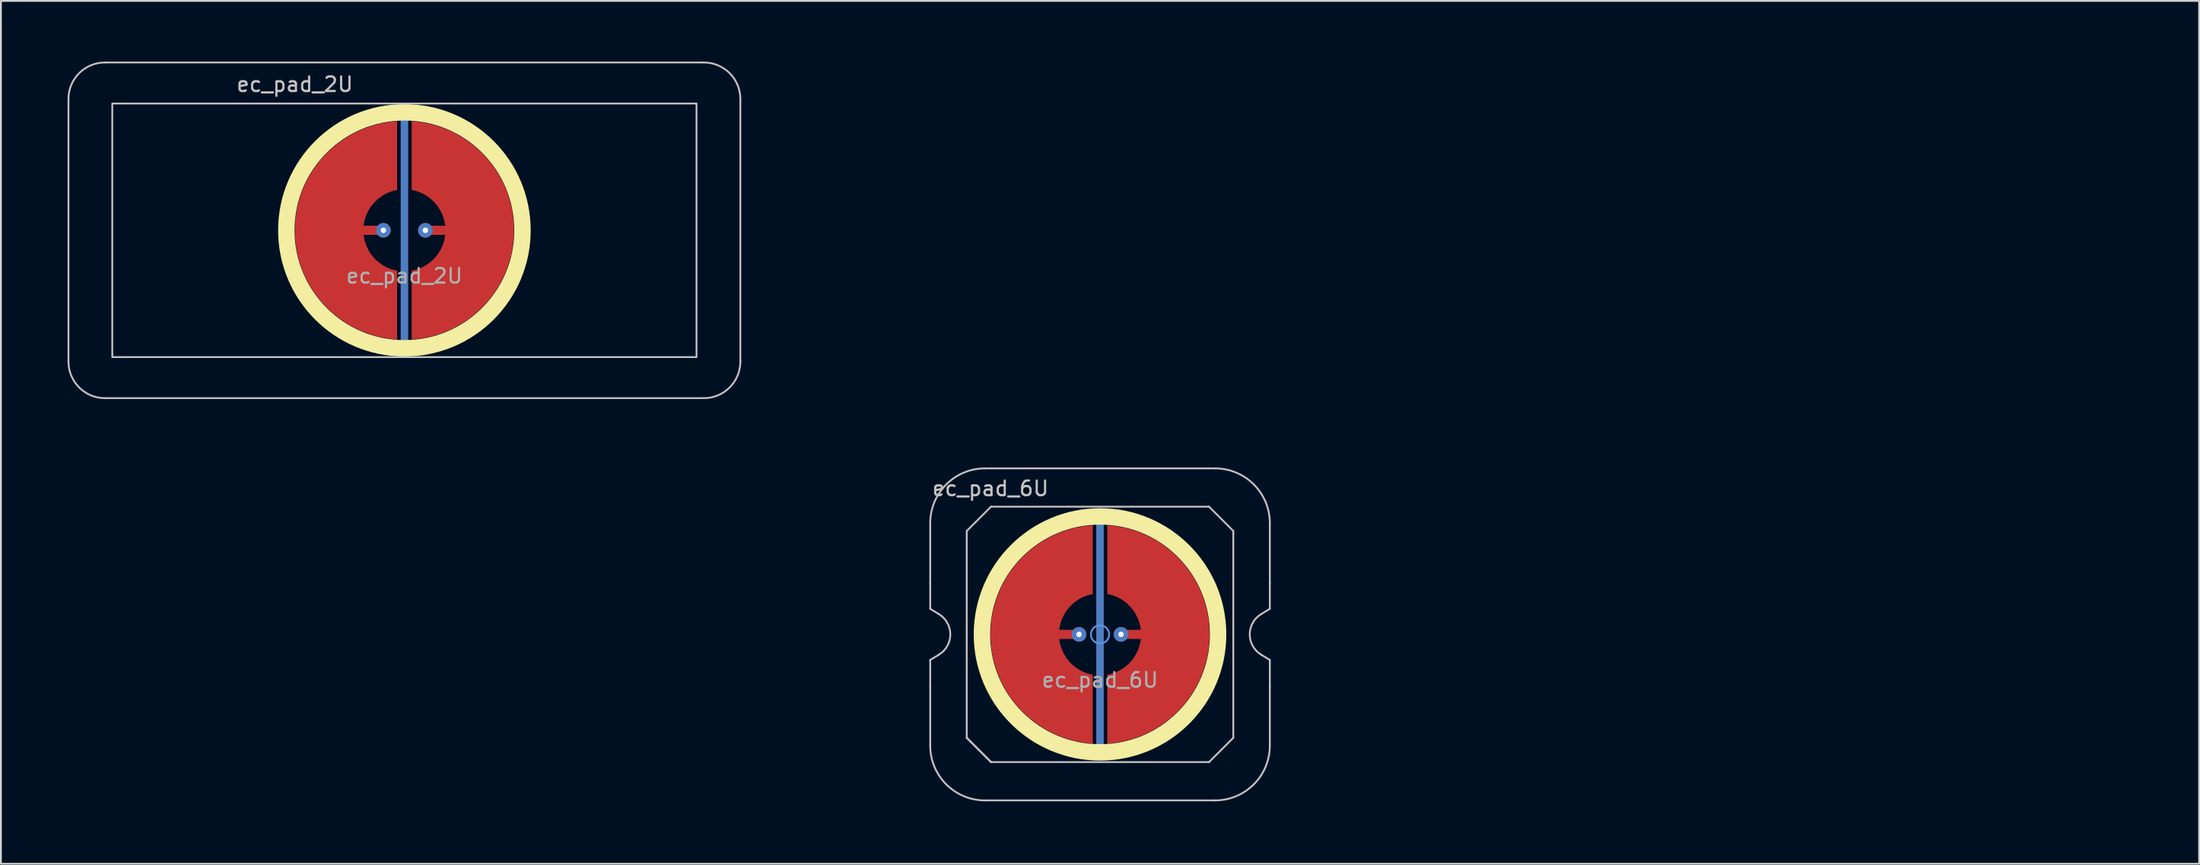
<source format=kicad_pcb>
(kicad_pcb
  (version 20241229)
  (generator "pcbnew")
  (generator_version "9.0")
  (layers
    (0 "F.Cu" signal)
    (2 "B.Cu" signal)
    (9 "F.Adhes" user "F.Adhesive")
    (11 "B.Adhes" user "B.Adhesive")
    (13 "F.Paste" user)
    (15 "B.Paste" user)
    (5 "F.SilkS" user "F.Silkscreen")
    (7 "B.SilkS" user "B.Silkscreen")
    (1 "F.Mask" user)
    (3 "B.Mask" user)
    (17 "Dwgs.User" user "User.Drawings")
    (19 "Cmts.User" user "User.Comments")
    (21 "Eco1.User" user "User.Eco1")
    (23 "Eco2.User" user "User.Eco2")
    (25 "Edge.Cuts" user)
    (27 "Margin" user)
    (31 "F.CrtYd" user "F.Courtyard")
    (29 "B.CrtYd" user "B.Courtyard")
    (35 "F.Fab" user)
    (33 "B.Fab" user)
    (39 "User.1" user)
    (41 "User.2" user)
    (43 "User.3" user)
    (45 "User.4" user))
  (footprint "ec_pad_2U"
    (layer "F.Cu")
    (at 19.1 9.575)
    (property "Reference" "ec_pad_2U" (at -6 -8 0) (layer "Dwgs.User") (effects (font (size 0.8 0.8) (thickness 0.12))))
    (attr exclude_from_pos_files exclude_from_bom)
    (fp_circle (center 0 0) (end -6.467 0) (stroke (width 0.9) (type solid)) (fill no) (layer "F.SilkS"))
    (fp_line (start -18.4 7.2) (end -18.4 -7.2) (stroke (width 0.1) (type default)) (layer "Dwgs.User"))
    (fp_line (start -16.4 -9.2) (end 16.4 -9.2) (stroke (width 0.1) (type default)) (layer "Dwgs.User"))
    (fp_line (start 16.4 9.2) (end -16.4 9.2) (stroke (width 0.1) (type default)) (layer "Dwgs.User"))
    (fp_line (start 18.4 -7.2) (end 18.4 7.2) (stroke (width 0.1) (type default)) (layer "Dwgs.User"))
    (fp_rect (start -16 -6.95) (end 16 6.95) (stroke (width 0.1) (type default)) (fill no) (layer "Dwgs.User"))
    (fp_arc (start -18.4 -7.2) (mid -17.814214 -8.614214) (end -16.4 -9.2) (stroke (width 0.1) (type default)) (layer "Dwgs.User"))
    (fp_arc (start -16.4 9.2) (mid -17.814214 8.614214) (end -18.4 7.2) (stroke (width 0.1) (type default)) (layer "Dwgs.User"))
    (fp_arc (start 16.4 -9.2) (mid 17.814214 -8.614214) (end 18.4 -7.2) (stroke (width 0.1) (type default)) (layer "Dwgs.User"))
    (fp_arc (start 18.4 7.2) (mid 17.814214 8.614214) (end 16.4 9.2) (stroke (width 0.1) (type default)) (layer "Dwgs.User"))
    (fp_rect (start -19.05 -9.525) (end 19.05 9.525) (stroke (width 0.1) (type default)) (fill no) (layer "Eco2.User"))
    (fp_text user "${REFERENCE}" (at 0 2.5 180) (layer "F.Fab") (effects (font (size 0.8 0.8) (thickness 0.12))))
    (pad "1" thru_hole circle (at -1.15 0 90) (size 0.8 0.8) (drill 0.3) (layers "*.Cu"))
    (pad "1" smd custom (at -1 0) (size 0.4 0.4) (layers "F.Cu") (options (anchor circle)) (primitives (gr_poly (pts (xy 0.6 -2.214) (xy 0.32 -2.145) (xy 0.052 -2.041) (xy -0.201 -1.903) (xy -0.434 -1.734) (xy -0.644 -1.536) (xy -0.826 -1.314) (xy -0.979 -1.07) (xy -1.1 -0.808) (xy -1.186 -0.534) (xy -1.236 -0.25) (xy 0 -0.25) (xy 0.096 -0.231) (xy 0.177 -0.177) (xy 0.231 -0.096) (xy 0.25 0) (xy 0.231 0.096) (xy 0.177 0.177) (xy 0.096 0.231) (xy 0 0.25) (xy -1.236 0.25) (xy -1.186 0.534) (xy -1.1 0.808) (xy -0.979 1.07) (xy -0.826 1.314) (xy -0.644 1.536) (xy -0.434 1.734) (xy -0.201 1.903) (xy 0.052 2.041) (xy 0.32 2.145) (xy 0.6 2.214) (xy 0.6 5.987) (xy 0.115 5.934) (xy -0.364 5.843) (xy -0.834 5.713) (xy -1.292 5.545) (xy -1.735 5.341) (xy -2.159 5.101) (xy -2.563 4.827) (xy -2.943 4.522) (xy -3.298 4.187) (xy -3.623 3.824) (xy -3.919 3.436) (xy -4.182 3.025) (xy -4.41 2.594) (xy -4.603 2.147) (xy -4.759 1.684) (xy -4.876 1.211) (xy -4.955 0.73) (xy -4.995 0.244) (xy -4.995 -0.244) (xy -4.955 -0.73) (xy -4.876 -1.211) (xy -4.759 -1.684) (xy -4.603 -2.147) (xy -4.41 -2.594) (xy -4.182 -3.025) (xy -3.919 -3.436) (xy -3.623 -3.824) (xy -3.298 -4.187) (xy -2.943 -4.522) (xy -2.563 -4.827) (xy -2.159 -5.101) (xy -1.735 -5.341) (xy -1.292 -5.545) (xy -0.834 -5.713) (xy -0.364 -5.843) (xy 0.115 -5.934) (xy 0.6 -5.987)) (width 0) (fill yes))))
    (pad "2" smd custom (at 1 0 180) (size 0.4 0.4) (layers "F.Cu") (options (anchor circle)) (primitives (gr_poly (pts (xy 0.6 -2.214) (xy 0.32 -2.145) (xy 0.052 -2.041) (xy -0.201 -1.903) (xy -0.434 -1.734) (xy -0.644 -1.536) (xy -0.826 -1.314) (xy -0.979 -1.07) (xy -1.1 -0.808) (xy -1.186 -0.534) (xy -1.236 -0.25) (xy 0 -0.25) (xy 0.096 -0.231) (xy 0.177 -0.177) (xy 0.231 -0.096) (xy 0.25 0) (xy 0.231 0.096) (xy 0.177 0.177) (xy 0.096 0.231) (xy 0 0.25) (xy -1.236 0.25) (xy -1.186 0.534) (xy -1.1 0.808) (xy -0.979 1.07) (xy -0.826 1.314) (xy -0.644 1.536) (xy -0.434 1.734) (xy -0.201 1.903) (xy 0.052 2.041) (xy 0.32 2.145) (xy 0.6 2.214) (xy 0.6 5.987) (xy 0.115 5.934) (xy -0.364 5.843) (xy -0.834 5.713) (xy -1.292 5.545) (xy -1.735 5.341) (xy -2.159 5.101) (xy -2.563 4.827) (xy -2.943 4.522) (xy -3.298 4.187) (xy -3.623 3.824) (xy -3.919 3.436) (xy -4.182 3.025) (xy -4.41 2.594) (xy -4.603 2.147) (xy -4.759 1.684) (xy -4.876 1.211) (xy -4.955 0.73) (xy -4.995 0.244) (xy -4.995 -0.244) (xy -4.955 -0.73) (xy -4.876 -1.211) (xy -4.759 -1.684) (xy -4.603 -2.147) (xy -4.41 -2.594) (xy -4.182 -3.025) (xy -3.919 -3.436) (xy -3.623 -3.824) (xy -3.298 -4.187) (xy -2.943 -4.522) (xy -2.563 -4.827) (xy -2.159 -5.101) (xy -1.735 -5.341) (xy -1.292 -5.545) (xy -0.834 -5.713) (xy -0.364 -5.843) (xy 0.115 -5.934) (xy 0.6 -5.987)) (width 0) (fill yes))))
    (pad "2" thru_hole circle (at 1.15 0 90) (size 0.8 0.8) (drill 0.3) (layers "*.Cu"))
    (pad "3" smd roundrect (at 0 0) (size 0.4 12.5) (layers "B.Cu") (roundrect_rratio 0.5))
    (pad "3" smd roundrect (at 0 0) (size 0.4 12.75) (layers "F.Cu") (roundrect_rratio 0.5))
    (zone (net_name "") (layer "F.Cu") (hatch edge 0.508) (connect_pads) (min_thickness 0.254) (filled_areas_thickness no) (keepout (tracks allowed) (vias allowed) (pads allowed) (copperpour not_allowed) (footprints allowed)) (placement (enabled no)) (fill) (polygon (pts (xy 19.1 15.825) (xy 18.555 15.801) (xy 18.015 15.73) (xy 17.482 15.612) (xy 16.962 15.448) (xy 16.459 15.239) (xy 15.975 14.988) (xy 15.515 14.695) (xy 15.083 14.363) (xy 14.681 13.994) (xy 14.312 13.592) (xy 13.98 13.16) (xy 13.687 12.7) (xy 13.436 12.216) (xy 13.227 11.713) (xy 13.063 11.193) (xy 12.945 10.66) (xy 12.874 10.12) (xy 12.85 9.575) (xy 12.874 9.03) (xy 12.945 8.49) (xy 13.063 7.957) (xy 13.227 7.437) (xy 13.436 6.934) (xy 13.687 6.45) (xy 13.98 5.99) (xy 14.312 5.558) (xy 14.681 5.156) (xy 15.083 4.787) (xy 15.515 4.455) (xy 15.975 4.162) (xy 16.459 3.911) (xy 16.962 3.702) (xy 17.482 3.538) (xy 18.015 3.42) (xy 18.555 3.349) (xy 19.1 3.325) (xy 19.645 3.349) (xy 20.185 3.42) (xy 20.718 3.538) (xy 21.238 3.702) (xy 21.741 3.911) (xy 22.225 4.162) (xy 22.685 4.455) (xy 23.117 4.787) (xy 23.519 5.156) (xy 23.888 5.558) (xy 24.22 5.99) (xy 24.513 6.45) (xy 24.764 6.934) (xy 24.973 7.437) (xy 25.137 7.957) (xy 25.255 8.49) (xy 25.326 9.03) (xy 25.35 9.575) (xy 25.326 10.12) (xy 25.255 10.66) (xy 25.137 11.193) (xy 24.973 11.713) (xy 24.764 12.216) (xy 24.513 12.7) (xy 24.22 13.16) (xy 23.888 13.592) (xy 23.519 13.994) (xy 23.117 14.363) (xy 22.685 14.695) (xy 22.225 14.988) (xy 21.741 15.239) (xy 21.238 15.448) (xy 20.718 15.612) (xy 20.185 15.73) (xy 19.645 15.801))))
    (zone (net_name "") (layer "B.Cu") (hatch edge 0.1) (connect_pads) (min_thickness 0.254) (filled_areas_thickness no) (keepout (tracks allowed) (vias allowed) (pads allowed) (copperpour not_allowed) (footprints allowed)) (placement (enabled no)) (fill) (polygon (pts (xy 19.1 15.575) (xy 18.577 15.552) (xy 18.058 15.484) (xy 17.547 15.371) (xy 17.048 15.213) (xy 16.564 15.013) (xy 16.1 14.771) (xy 15.659 14.49) (xy 15.243 14.171) (xy 14.857 13.818) (xy 14.504 13.432) (xy 14.185 13.016) (xy 13.904 12.575) (xy 13.662 12.111) (xy 13.462 11.627) (xy 13.304 11.128) (xy 13.191 10.617) (xy 13.123 10.098) (xy 13.1 9.575) (xy 13.123 9.052) (xy 13.191 8.533) (xy 13.304 8.022) (xy 13.462 7.523) (xy 13.662 7.039) (xy 13.904 6.575) (xy 14.185 6.134) (xy 14.504 5.718) (xy 14.857 5.332) (xy 15.243 4.979) (xy 15.659 4.66) (xy 16.1 4.379) (xy 16.564 4.137) (xy 17.048 3.937) (xy 17.547 3.779) (xy 18.058 3.666) (xy 18.577 3.598) (xy 19.1 3.575) (xy 19.623 3.598) (xy 20.142 3.666) (xy 20.653 3.779) (xy 21.152 3.937) (xy 21.636 4.137) (xy 22.1 4.379) (xy 22.541 4.66) (xy 22.957 4.979) (xy 23.343 5.332) (xy 23.696 5.718) (xy 24.015 6.134) (xy 24.296 6.575) (xy 24.538 7.039) (xy 24.738 7.523) (xy 24.896 8.022) (xy 25.009 8.533) (xy 25.077 9.052) (xy 25.1 9.575) (xy 25.077 10.098) (xy 25.009 10.617) (xy 24.896 11.128) (xy 24.738 11.627) (xy 24.538 12.111) (xy 24.296 12.575) (xy 24.015 13.016) (xy 23.696 13.432) (xy 23.343 13.818) (xy 22.957 14.171) (xy 22.541 14.49) (xy 22.1 14.771) (xy 21.636 15.013) (xy 21.152 15.213) (xy 20.653 15.371) (xy 20.142 15.484) (xy 19.623 15.552)))))
  (footprint "ec_pad_6U"
    (layer "F.Cu")
    (at 57.2 31.725)
    (property "Reference" "ec_pad_6U" (at -6 -8 0) (layer "Dwgs.User") (effects (font (size 0.8 0.8) (thickness 0.12))))
    (attr exclude_from_pos_files exclude_from_bom)
    (fp_circle (center 0 0) (end -6.467 0) (stroke (width 0.9) (type solid)) (fill no) (layer "F.SilkS"))
    (fp_line (start -9.3 -2.805) (end -9.3 -6.1) (stroke (width 0.1) (type solid)) (layer "Dwgs.User"))
    (fp_line (start -9.3 -1.4) (end -9.3 -2.805) (stroke (width 0.1) (type solid)) (layer "Dwgs.User"))
    (fp_line (start -9.3 1.4) (end -8.824 1.111) (stroke (width 0.1) (type solid)) (layer "Dwgs.User"))
    (fp_line (start -9.3 2.805) (end -9.3 1.4) (stroke (width 0.1) (type solid)) (layer "Dwgs.User"))
    (fp_line (start -9.3 6.1) (end -9.3 2.805) (stroke (width 0.1) (type solid)) (layer "Dwgs.User"))
    (fp_line (start -8.824 -1.111) (end -9.3 -1.4) (stroke (width 0.1) (type solid)) (layer "Dwgs.User"))
    (fp_line (start -7.3 -5.67) (end -5.97 -7) (stroke (width 0.1) (type solid)) (layer "Dwgs.User"))
    (fp_line (start -7.3 5.67) (end -7.3 -5.67) (stroke (width 0.1) (type solid)) (layer "Dwgs.User"))
    (fp_line (start -7.3 5.67) (end -5.97 7) (stroke (width 0.1) (type solid)) (layer "Dwgs.User"))
    (fp_line (start -6.3 -9.1) (end 6.3 -9.1) (stroke (width 0.1) (type solid)) (layer "Dwgs.User"))
    (fp_line (start -5.97 -7) (end 5.97 -7) (stroke (width 0.1) (type solid)) (layer "Dwgs.User"))
    (fp_line (start -5.97 7) (end -7.3 5.67) (stroke (width 0.1) (type solid)) (layer "Dwgs.User"))
    (fp_line (start 5.97 -7) (end 7.3 -5.67) (stroke (width 0.1) (type solid)) (layer "Dwgs.User"))
    (fp_line (start 5.97 7) (end -5.97 7) (stroke (width 0.1) (type solid)) (layer "Dwgs.User"))
    (fp_line (start 6.3 9.1) (end -6.3 9.1) (stroke (width 0.1) (type solid)) (layer "Dwgs.User"))
    (fp_line (start 7.3 -5.67) (end 7.3 5.67) (stroke (width 0.1) (type solid)) (layer "Dwgs.User"))
    (fp_line (start 7.3 5.67) (end 5.97 7) (stroke (width 0.1) (type solid)) (layer "Dwgs.User"))
    (fp_line (start 8.824 1.111) (end 9.3 1.4) (stroke (width 0.1) (type solid)) (layer "Dwgs.User"))
    (fp_line (start 9.3 -6.1) (end 9.3 -2.805) (stroke (width 0.1) (type solid)) (layer "Dwgs.User"))
    (fp_line (start 9.3 -2.805) (end 9.3 -1.4) (stroke (width 0.1) (type solid)) (layer "Dwgs.User"))
    (fp_line (start 9.3 -1.4) (end 8.824 -1.111) (stroke (width 0.1) (type solid)) (layer "Dwgs.User"))
    (fp_line (start 9.3 1.4) (end 9.3 2.805) (stroke (width 0.1) (type solid)) (layer "Dwgs.User"))
    (fp_line (start 9.3 2.805) (end 9.3 6.1) (stroke (width 0.1) (type solid)) (layer "Dwgs.User"))
    (fp_arc (start -9.3 -6.1) (mid -8.42132 -8.22132) (end -6.3 -9.1) (stroke (width 0.1) (type solid)) (layer "Dwgs.User"))
    (fp_arc (start -8.824333 -1.110619) (mid -8.2 0) (end -8.824333 1.110619) (stroke (width 0.1) (type solid)) (layer "Dwgs.User"))
    (fp_arc (start -6.3 9.1) (mid -8.42132 8.22132) (end -9.3 6.1) (stroke (width 0.1) (type solid)) (layer "Dwgs.User"))
    (fp_arc (start 6.3 -9.1) (mid 8.42132 -8.22132) (end 9.3 -6.1) (stroke (width 0.1) (type solid)) (layer "Dwgs.User"))
    (fp_arc (start 8.824333 1.110619) (mid 8.2 0) (end 8.824333 -1.110619) (stroke (width 0.1) (type solid)) (layer "Dwgs.User"))
    (fp_arc (start 9.3 6.1) (mid 8.42132 8.22132) (end 6.3 9.1) (stroke (width 0.1) (type solid)) (layer "Dwgs.User"))
    (fp_circle (center 0 0) (end 0.5 0) (stroke (width 0.1) (type default)) (fill no) (layer "Cmts.User"))
    (fp_rect (start -57.15 -9.525) (end 57.15 9.525) (stroke (width 0.1) (type default)) (fill no) (layer "Eco2.User"))
    (fp_text user "${REFERENCE}" (at 0 2.5 180) (layer "F.Fab") (effects (font (size 0.8 0.8) (thickness 0.12))))
    (pad "1" thru_hole circle (at -1.15 0 90) (size 0.8 0.8) (drill 0.3) (layers "*.Cu"))
    (pad "1" smd custom (at -1 0) (size 0.4 0.4) (layers "F.Cu") (options (anchor circle)) (primitives (gr_poly (pts (xy 0.6 -2.214) (xy 0.32 -2.145) (xy 0.052 -2.041) (xy -0.201 -1.903) (xy -0.434 -1.734) (xy -0.644 -1.536) (xy -0.826 -1.314) (xy -0.979 -1.07) (xy -1.1 -0.808) (xy -1.186 -0.534) (xy -1.236 -0.25) (xy 0 -0.25) (xy 0.096 -0.231) (xy 0.177 -0.177) (xy 0.231 -0.096) (xy 0.25 0) (xy 0.231 0.096) (xy 0.177 0.177) (xy 0.096 0.231) (xy 0 0.25) (xy -1.236 0.25) (xy -1.186 0.534) (xy -1.1 0.808) (xy -0.979 1.07) (xy -0.826 1.314) (xy -0.644 1.536) (xy -0.434 1.734) (xy -0.201 1.903) (xy 0.052 2.041) (xy 0.32 2.145) (xy 0.6 2.214) (xy 0.6 5.987) (xy 0.115 5.934) (xy -0.364 5.843) (xy -0.834 5.713) (xy -1.292 5.545) (xy -1.735 5.341) (xy -2.159 5.101) (xy -2.563 4.827) (xy -2.943 4.522) (xy -3.298 4.187) (xy -3.623 3.824) (xy -3.919 3.436) (xy -4.182 3.025) (xy -4.41 2.594) (xy -4.603 2.147) (xy -4.759 1.684) (xy -4.876 1.211) (xy -4.955 0.73) (xy -4.995 0.244) (xy -4.995 -0.244) (xy -4.955 -0.73) (xy -4.876 -1.211) (xy -4.759 -1.684) (xy -4.603 -2.147) (xy -4.41 -2.594) (xy -4.182 -3.025) (xy -3.919 -3.436) (xy -3.623 -3.824) (xy -3.298 -4.187) (xy -2.943 -4.522) (xy -2.563 -4.827) (xy -2.159 -5.101) (xy -1.735 -5.341) (xy -1.292 -5.545) (xy -0.834 -5.713) (xy -0.364 -5.843) (xy 0.115 -5.934) (xy 0.6 -5.987)) (width 0) (fill yes))))
    (pad "2" smd custom (at 1 0 180) (size 0.4 0.4) (layers "F.Cu") (options (anchor circle)) (primitives (gr_poly (pts (xy 0.6 -2.214) (xy 0.32 -2.145) (xy 0.052 -2.041) (xy -0.201 -1.903) (xy -0.434 -1.734) (xy -0.644 -1.536) (xy -0.826 -1.314) (xy -0.979 -1.07) (xy -1.1 -0.808) (xy -1.186 -0.534) (xy -1.236 -0.25) (xy 0 -0.25) (xy 0.096 -0.231) (xy 0.177 -0.177) (xy 0.231 -0.096) (xy 0.25 0) (xy 0.231 0.096) (xy 0.177 0.177) (xy 0.096 0.231) (xy 0 0.25) (xy -1.236 0.25) (xy -1.186 0.534) (xy -1.1 0.808) (xy -0.979 1.07) (xy -0.826 1.314) (xy -0.644 1.536) (xy -0.434 1.734) (xy -0.201 1.903) (xy 0.052 2.041) (xy 0.32 2.145) (xy 0.6 2.214) (xy 0.6 5.987) (xy 0.115 5.934) (xy -0.364 5.843) (xy -0.834 5.713) (xy -1.292 5.545) (xy -1.735 5.341) (xy -2.159 5.101) (xy -2.563 4.827) (xy -2.943 4.522) (xy -3.298 4.187) (xy -3.623 3.824) (xy -3.919 3.436) (xy -4.182 3.025) (xy -4.41 2.594) (xy -4.603 2.147) (xy -4.759 1.684) (xy -4.876 1.211) (xy -4.955 0.73) (xy -4.995 0.244) (xy -4.995 -0.244) (xy -4.955 -0.73) (xy -4.876 -1.211) (xy -4.759 -1.684) (xy -4.603 -2.147) (xy -4.41 -2.594) (xy -4.182 -3.025) (xy -3.919 -3.436) (xy -3.623 -3.824) (xy -3.298 -4.187) (xy -2.943 -4.522) (xy -2.563 -4.827) (xy -2.159 -5.101) (xy -1.735 -5.341) (xy -1.292 -5.545) (xy -0.834 -5.713) (xy -0.364 -5.843) (xy 0.115 -5.934) (xy 0.6 -5.987)) (width 0) (fill yes))))
    (pad "2" thru_hole circle (at 1.15 0 90) (size 0.8 0.8) (drill 0.3) (layers "*.Cu"))
    (pad "3" smd roundrect (at 0 0) (size 0.4 12.5) (layers "B.Cu") (roundrect_rratio 0.5))
    (pad "3" smd roundrect (at 0 0) (size 0.4 12.75) (layers "F.Cu") (roundrect_rratio 0.5))
    (zone (net_name "") (layer "F.Cu") (hatch edge 0.508) (connect_pads) (min_thickness 0.254) (filled_areas_thickness no) (keepout (tracks allowed) (vias allowed) (pads allowed) (copperpour not_allowed) (footprints allowed)) (placement (enabled no)) (fill) (polygon (pts (xy 57.2 37.975) (xy 56.655 37.951) (xy 56.115 37.88) (xy 55.582 37.762) (xy 55.062 37.598) (xy 54.559 37.389) (xy 54.075 37.138) (xy 53.615 36.845) (xy 53.183 36.513) (xy 52.781 36.144) (xy 52.412 35.742) (xy 52.08 35.31) (xy 51.787 34.85) (xy 51.536 34.366) (xy 51.327 33.863) (xy 51.163 33.343) (xy 51.045 32.81) (xy 50.974 32.27) (xy 50.95 31.725) (xy 50.974 31.18) (xy 51.045 30.64) (xy 51.163 30.107) (xy 51.327 29.587) (xy 51.536 29.084) (xy 51.787 28.6) (xy 52.08 28.14) (xy 52.412 27.708) (xy 52.781 27.306) (xy 53.183 26.937) (xy 53.615 26.605) (xy 54.075 26.312) (xy 54.559 26.061) (xy 55.062 25.852) (xy 55.582 25.688) (xy 56.115 25.57) (xy 56.655 25.499) (xy 57.2 25.475) (xy 57.745 25.499) (xy 58.285 25.57) (xy 58.818 25.688) (xy 59.338 25.852) (xy 59.841 26.061) (xy 60.325 26.312) (xy 60.785 26.605) (xy 61.217 26.937) (xy 61.619 27.306) (xy 61.988 27.708) (xy 62.32 28.14) (xy 62.613 28.6) (xy 62.864 29.084) (xy 63.073 29.587) (xy 63.237 30.107) (xy 63.355 30.64) (xy 63.426 31.18) (xy 63.45 31.725) (xy 63.426 32.27) (xy 63.355 32.81) (xy 63.237 33.343) (xy 63.073 33.863) (xy 62.864 34.366) (xy 62.613 34.85) (xy 62.32 35.31) (xy 61.988 35.742) (xy 61.619 36.144) (xy 61.217 36.513) (xy 60.785 36.845) (xy 60.325 37.138) (xy 59.841 37.389) (xy 59.338 37.598) (xy 58.818 37.762) (xy 58.285 37.88) (xy 57.745 37.951))))
    (zone (net_name "") (layer "B.Cu") (hatch edge 0.1) (connect_pads) (min_thickness 0.254) (filled_areas_thickness no) (keepout (tracks allowed) (vias allowed) (pads allowed) (copperpour not_allowed) (footprints allowed)) (placement (enabled no)) (fill) (polygon (pts (xy 57.2 37.725) (xy 56.677 37.702) (xy 56.158 37.634) (xy 55.647 37.521) (xy 55.148 37.363) (xy 54.664 37.163) (xy 54.2 36.921) (xy 53.759 36.64) (xy 53.343 36.321) (xy 52.957 35.968) (xy 52.604 35.582) (xy 52.285 35.166) (xy 52.004 34.725) (xy 51.762 34.261) (xy 51.562 33.777) (xy 51.404 33.278) (xy 51.291 32.767) (xy 51.223 32.248) (xy 51.2 31.725) (xy 51.223 31.202) (xy 51.291 30.683) (xy 51.404 30.172) (xy 51.562 29.673) (xy 51.762 29.189) (xy 52.004 28.725) (xy 52.285 28.284) (xy 52.604 27.868) (xy 52.957 27.482) (xy 53.343 27.129) (xy 53.759 26.81) (xy 54.2 26.529) (xy 54.664 26.287) (xy 55.148 26.087) (xy 55.647 25.929) (xy 56.158 25.816) (xy 56.677 25.748) (xy 57.2 25.725) (xy 57.723 25.748) (xy 58.242 25.816) (xy 58.753 25.929) (xy 59.252 26.087) (xy 59.736 26.287) (xy 60.2 26.529) (xy 60.641 26.81) (xy 61.057 27.129) (xy 61.443 27.482) (xy 61.796 27.868) (xy 62.115 28.284) (xy 62.396 28.725) (xy 62.638 29.189) (xy 62.838 29.673) (xy 62.996 30.172) (xy 63.109 30.683) (xy 63.177 31.202) (xy 63.2 31.725) (xy 63.177 32.248) (xy 63.109 32.767) (xy 62.996 33.278) (xy 62.838 33.777) (xy 62.638 34.261) (xy 62.396 34.725) (xy 62.115 35.166) (xy 61.796 35.582) (xy 61.443 35.968) (xy 61.057 36.321) (xy 60.641 36.64) (xy 60.2 36.921) (xy 59.736 37.163) (xy 59.252 37.363) (xy 58.753 37.521) (xy 58.242 37.634) (xy 57.723 37.702)))))
  (gr_rect
    (start -3 -3)
    (end 117.4 44.3)
    (stroke (width 0.1) (type default))
    (fill no)
    (layer "Edge.Cuts")))
</source>
